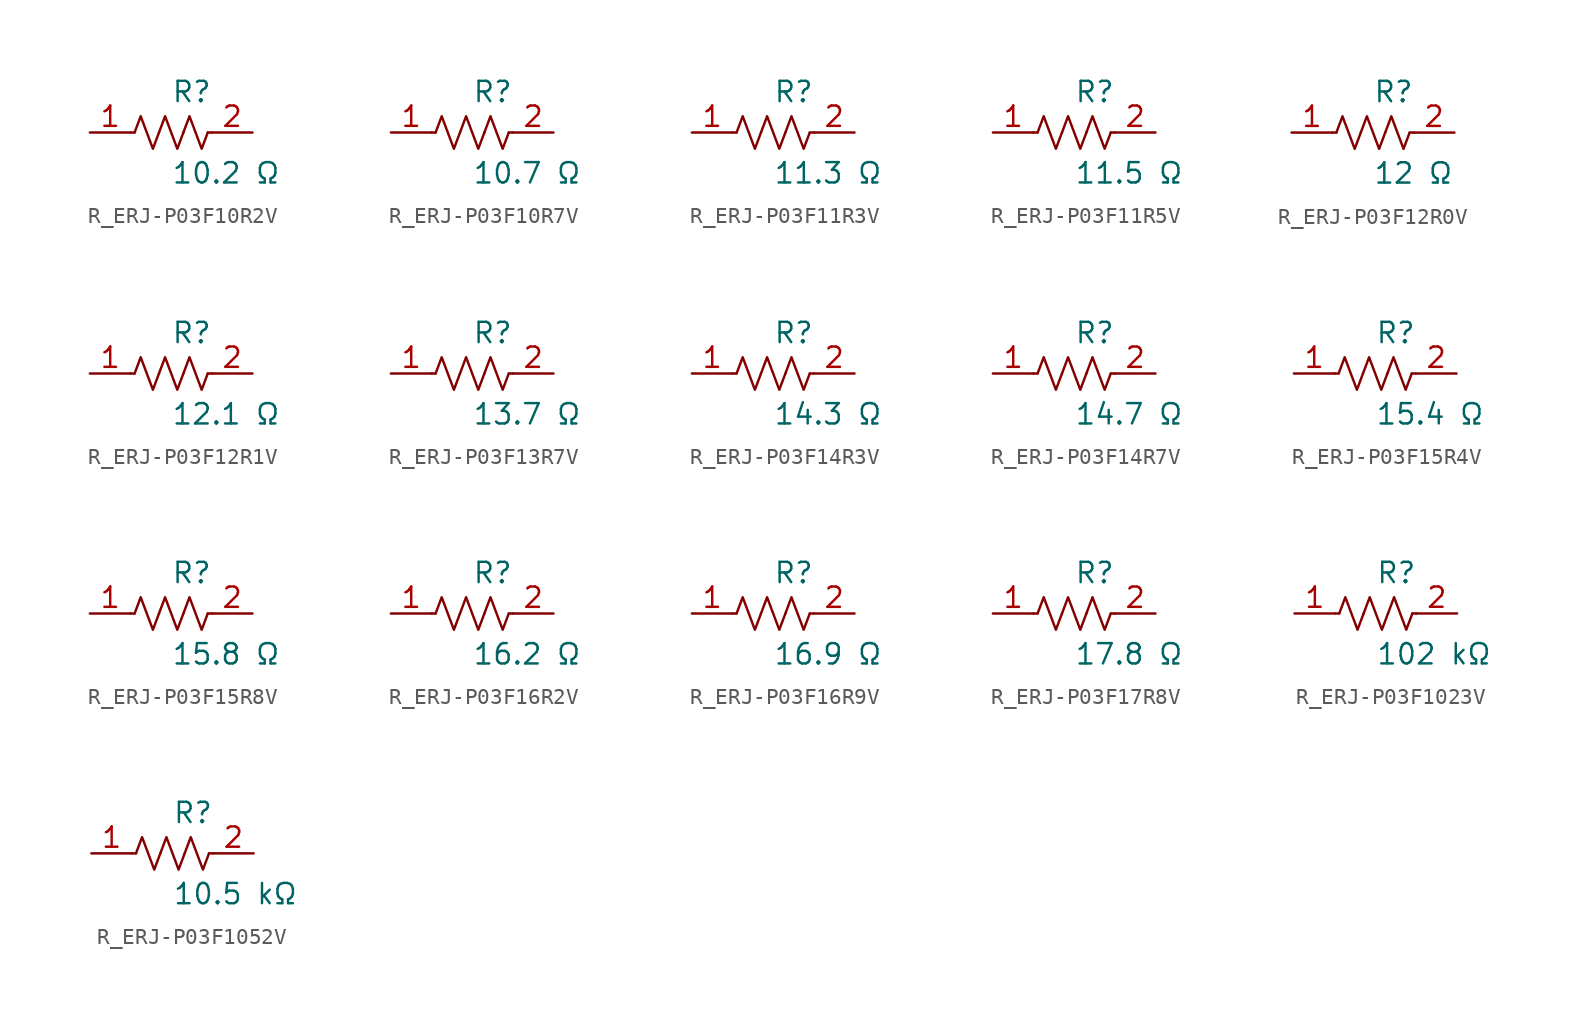
<source format=kicad_sym>
(kicad_symbol_lib
  (version 20231120)
  (generator kicad_symbol_editor)
  (generator_version 8.0)
  (symbol "R_ERJ-P03F10R2V"
    (pin_names
      (offset 0.254))
    (property "Reference" "R"
      (at 0.0 2.54 0)
      (effects (font (size 1.27 1.27)) (justify left)))
    (property "Value" "10.2 Ω"
      (at 0.0 -2.54 0)
      (effects (font (size 1.27 1.27)) (justify left)))
    (symbol "R_ERJ-P03F10R2V_0_1"
      (polyline (pts (xy 2.286 0) (xy 2.54 0)) (stroke (width 0) (type default)) (fill (type none)))
      (polyline (pts (xy -2.286 0) (xy -2.54 0)) (stroke (width 0) (type default)) (fill (type none)))
      (polyline (pts (xy 0.762 0) (xy 1.143 1.016) (xy 1.524 0) (xy 1.905 -1.016) (xy 2.286 0)) (stroke (width 0) (type default)) (fill (type none)))
      (polyline (pts (xy -0.762 0) (xy -0.381 1.016) (xy 0 0) (xy 0.381 -1.016) (xy 0.762 0)) (stroke (width 0) (type default)) (fill (type none)))
      (polyline (pts (xy -2.286 0) (xy -1.905 1.016) (xy -1.524 0) (xy -1.143 -1.016) (xy -0.762 0)) (stroke (width 0) (type default)) (fill (type none))))
    (pin unspecified line
      (at -5.08 0 0)
      (length 2.54)
      (name "" (effects (font (size 1.27 1.27))))
      (number "1" (effects (font (size 1.27 1.27)))))
    (pin unspecified line
      (at 5.08 0 180)
      (length 2.54)
      (name "" (effects (font (size 1.27 1.27))))
      (number "2" (effects (font (size 1.27 1.27))))))
  (symbol "R_ERJ-P03F10R7V"
    (pin_names
      (offset 0.254))
    (property "Reference" "R"
      (at 0.0 2.54 0)
      (effects (font (size 1.27 1.27)) (justify left)))
    (property "Value" "10.7 Ω"
      (at 0.0 -2.54 0)
      (effects (font (size 1.27 1.27)) (justify left)))
    (symbol "R_ERJ-P03F10R7V_0_1"
      (polyline (pts (xy 2.286 0) (xy 2.54 0)) (stroke (width 0) (type default)) (fill (type none)))
      (polyline (pts (xy -2.286 0) (xy -2.54 0)) (stroke (width 0) (type default)) (fill (type none)))
      (polyline (pts (xy 0.762 0) (xy 1.143 1.016) (xy 1.524 0) (xy 1.905 -1.016) (xy 2.286 0)) (stroke (width 0) (type default)) (fill (type none)))
      (polyline (pts (xy -0.762 0) (xy -0.381 1.016) (xy 0 0) (xy 0.381 -1.016) (xy 0.762 0)) (stroke (width 0) (type default)) (fill (type none)))
      (polyline (pts (xy -2.286 0) (xy -1.905 1.016) (xy -1.524 0) (xy -1.143 -1.016) (xy -0.762 0)) (stroke (width 0) (type default)) (fill (type none))))
    (pin unspecified line
      (at -5.08 0 0)
      (length 2.54)
      (name "" (effects (font (size 1.27 1.27))))
      (number "1" (effects (font (size 1.27 1.27)))))
    (pin unspecified line
      (at 5.08 0 180)
      (length 2.54)
      (name "" (effects (font (size 1.27 1.27))))
      (number "2" (effects (font (size 1.27 1.27))))))
  (symbol "R_ERJ-P03F11R3V"
    (pin_names
      (offset 0.254))
    (property "Reference" "R"
      (at 0.0 2.54 0)
      (effects (font (size 1.27 1.27)) (justify left)))
    (property "Value" "11.3 Ω"
      (at 0.0 -2.54 0)
      (effects (font (size 1.27 1.27)) (justify left)))
    (symbol "R_ERJ-P03F11R3V_0_1"
      (polyline (pts (xy 2.286 0) (xy 2.54 0)) (stroke (width 0) (type default)) (fill (type none)))
      (polyline (pts (xy -2.286 0) (xy -2.54 0)) (stroke (width 0) (type default)) (fill (type none)))
      (polyline (pts (xy 0.762 0) (xy 1.143 1.016) (xy 1.524 0) (xy 1.905 -1.016) (xy 2.286 0)) (stroke (width 0) (type default)) (fill (type none)))
      (polyline (pts (xy -0.762 0) (xy -0.381 1.016) (xy 0 0) (xy 0.381 -1.016) (xy 0.762 0)) (stroke (width 0) (type default)) (fill (type none)))
      (polyline (pts (xy -2.286 0) (xy -1.905 1.016) (xy -1.524 0) (xy -1.143 -1.016) (xy -0.762 0)) (stroke (width 0) (type default)) (fill (type none))))
    (pin unspecified line
      (at -5.08 0 0)
      (length 2.54)
      (name "" (effects (font (size 1.27 1.27))))
      (number "1" (effects (font (size 1.27 1.27)))))
    (pin unspecified line
      (at 5.08 0 180)
      (length 2.54)
      (name "" (effects (font (size 1.27 1.27))))
      (number "2" (effects (font (size 1.27 1.27))))))
  (symbol "R_ERJ-P03F11R5V"
    (pin_names
      (offset 0.254))
    (property "Reference" "R"
      (at 0.0 2.54 0)
      (effects (font (size 1.27 1.27)) (justify left)))
    (property "Value" "11.5 Ω"
      (at 0.0 -2.54 0)
      (effects (font (size 1.27 1.27)) (justify left)))
    (symbol "R_ERJ-P03F11R5V_0_1"
      (polyline (pts (xy 2.286 0) (xy 2.54 0)) (stroke (width 0) (type default)) (fill (type none)))
      (polyline (pts (xy -2.286 0) (xy -2.54 0)) (stroke (width 0) (type default)) (fill (type none)))
      (polyline (pts (xy 0.762 0) (xy 1.143 1.016) (xy 1.524 0) (xy 1.905 -1.016) (xy 2.286 0)) (stroke (width 0) (type default)) (fill (type none)))
      (polyline (pts (xy -0.762 0) (xy -0.381 1.016) (xy 0 0) (xy 0.381 -1.016) (xy 0.762 0)) (stroke (width 0) (type default)) (fill (type none)))
      (polyline (pts (xy -2.286 0) (xy -1.905 1.016) (xy -1.524 0) (xy -1.143 -1.016) (xy -0.762 0)) (stroke (width 0) (type default)) (fill (type none))))
    (pin unspecified line
      (at -5.08 0 0)
      (length 2.54)
      (name "" (effects (font (size 1.27 1.27))))
      (number "1" (effects (font (size 1.27 1.27)))))
    (pin unspecified line
      (at 5.08 0 180)
      (length 2.54)
      (name "" (effects (font (size 1.27 1.27))))
      (number "2" (effects (font (size 1.27 1.27))))))
  (symbol "R_ERJ-P03F12R0V"
    (pin_names
      (offset 0.254))
    (property "Reference" "R"
      (at 0.0 2.54 0)
      (effects (font (size 1.27 1.27)) (justify left)))
    (property "Value" "12 Ω"
      (at 0.0 -2.54 0)
      (effects (font (size 1.27 1.27)) (justify left)))
    (symbol "R_ERJ-P03F12R0V_0_1"
      (polyline (pts (xy 2.286 0) (xy 2.54 0)) (stroke (width 0) (type default)) (fill (type none)))
      (polyline (pts (xy -2.286 0) (xy -2.54 0)) (stroke (width 0) (type default)) (fill (type none)))
      (polyline (pts (xy 0.762 0) (xy 1.143 1.016) (xy 1.524 0) (xy 1.905 -1.016) (xy 2.286 0)) (stroke (width 0) (type default)) (fill (type none)))
      (polyline (pts (xy -0.762 0) (xy -0.381 1.016) (xy 0 0) (xy 0.381 -1.016) (xy 0.762 0)) (stroke (width 0) (type default)) (fill (type none)))
      (polyline (pts (xy -2.286 0) (xy -1.905 1.016) (xy -1.524 0) (xy -1.143 -1.016) (xy -0.762 0)) (stroke (width 0) (type default)) (fill (type none))))
    (pin unspecified line
      (at -5.08 0 0)
      (length 2.54)
      (name "" (effects (font (size 1.27 1.27))))
      (number "1" (effects (font (size 1.27 1.27)))))
    (pin unspecified line
      (at 5.08 0 180)
      (length 2.54)
      (name "" (effects (font (size 1.27 1.27))))
      (number "2" (effects (font (size 1.27 1.27))))))
  (symbol "R_ERJ-P03F12R1V"
    (pin_names
      (offset 0.254))
    (property "Reference" "R"
      (at 0.0 2.54 0)
      (effects (font (size 1.27 1.27)) (justify left)))
    (property "Value" "12.1 Ω"
      (at 0.0 -2.54 0)
      (effects (font (size 1.27 1.27)) (justify left)))
    (symbol "R_ERJ-P03F12R1V_0_1"
      (polyline (pts (xy 2.286 0) (xy 2.54 0)) (stroke (width 0) (type default)) (fill (type none)))
      (polyline (pts (xy -2.286 0) (xy -2.54 0)) (stroke (width 0) (type default)) (fill (type none)))
      (polyline (pts (xy 0.762 0) (xy 1.143 1.016) (xy 1.524 0) (xy 1.905 -1.016) (xy 2.286 0)) (stroke (width 0) (type default)) (fill (type none)))
      (polyline (pts (xy -0.762 0) (xy -0.381 1.016) (xy 0 0) (xy 0.381 -1.016) (xy 0.762 0)) (stroke (width 0) (type default)) (fill (type none)))
      (polyline (pts (xy -2.286 0) (xy -1.905 1.016) (xy -1.524 0) (xy -1.143 -1.016) (xy -0.762 0)) (stroke (width 0) (type default)) (fill (type none))))
    (pin unspecified line
      (at -5.08 0 0)
      (length 2.54)
      (name "" (effects (font (size 1.27 1.27))))
      (number "1" (effects (font (size 1.27 1.27)))))
    (pin unspecified line
      (at 5.08 0 180)
      (length 2.54)
      (name "" (effects (font (size 1.27 1.27))))
      (number "2" (effects (font (size 1.27 1.27))))))
  (symbol "R_ERJ-P03F13R7V"
    (pin_names
      (offset 0.254))
    (property "Reference" "R"
      (at 0.0 2.54 0)
      (effects (font (size 1.27 1.27)) (justify left)))
    (property "Value" "13.7 Ω"
      (at 0.0 -2.54 0)
      (effects (font (size 1.27 1.27)) (justify left)))
    (symbol "R_ERJ-P03F13R7V_0_1"
      (polyline (pts (xy 2.286 0) (xy 2.54 0)) (stroke (width 0) (type default)) (fill (type none)))
      (polyline (pts (xy -2.286 0) (xy -2.54 0)) (stroke (width 0) (type default)) (fill (type none)))
      (polyline (pts (xy 0.762 0) (xy 1.143 1.016) (xy 1.524 0) (xy 1.905 -1.016) (xy 2.286 0)) (stroke (width 0) (type default)) (fill (type none)))
      (polyline (pts (xy -0.762 0) (xy -0.381 1.016) (xy 0 0) (xy 0.381 -1.016) (xy 0.762 0)) (stroke (width 0) (type default)) (fill (type none)))
      (polyline (pts (xy -2.286 0) (xy -1.905 1.016) (xy -1.524 0) (xy -1.143 -1.016) (xy -0.762 0)) (stroke (width 0) (type default)) (fill (type none))))
    (pin unspecified line
      (at -5.08 0 0)
      (length 2.54)
      (name "" (effects (font (size 1.27 1.27))))
      (number "1" (effects (font (size 1.27 1.27)))))
    (pin unspecified line
      (at 5.08 0 180)
      (length 2.54)
      (name "" (effects (font (size 1.27 1.27))))
      (number "2" (effects (font (size 1.27 1.27))))))
  (symbol "R_ERJ-P03F14R3V"
    (pin_names
      (offset 0.254))
    (property "Reference" "R"
      (at 0.0 2.54 0)
      (effects (font (size 1.27 1.27)) (justify left)))
    (property "Value" "14.3 Ω"
      (at 0.0 -2.54 0)
      (effects (font (size 1.27 1.27)) (justify left)))
    (symbol "R_ERJ-P03F14R3V_0_1"
      (polyline (pts (xy 2.286 0) (xy 2.54 0)) (stroke (width 0) (type default)) (fill (type none)))
      (polyline (pts (xy -2.286 0) (xy -2.54 0)) (stroke (width 0) (type default)) (fill (type none)))
      (polyline (pts (xy 0.762 0) (xy 1.143 1.016) (xy 1.524 0) (xy 1.905 -1.016) (xy 2.286 0)) (stroke (width 0) (type default)) (fill (type none)))
      (polyline (pts (xy -0.762 0) (xy -0.381 1.016) (xy 0 0) (xy 0.381 -1.016) (xy 0.762 0)) (stroke (width 0) (type default)) (fill (type none)))
      (polyline (pts (xy -2.286 0) (xy -1.905 1.016) (xy -1.524 0) (xy -1.143 -1.016) (xy -0.762 0)) (stroke (width 0) (type default)) (fill (type none))))
    (pin unspecified line
      (at -5.08 0 0)
      (length 2.54)
      (name "" (effects (font (size 1.27 1.27))))
      (number "1" (effects (font (size 1.27 1.27)))))
    (pin unspecified line
      (at 5.08 0 180)
      (length 2.54)
      (name "" (effects (font (size 1.27 1.27))))
      (number "2" (effects (font (size 1.27 1.27))))))
  (symbol "R_ERJ-P03F14R7V"
    (pin_names
      (offset 0.254))
    (property "Reference" "R"
      (at 0.0 2.54 0)
      (effects (font (size 1.27 1.27)) (justify left)))
    (property "Value" "14.7 Ω"
      (at 0.0 -2.54 0)
      (effects (font (size 1.27 1.27)) (justify left)))
    (symbol "R_ERJ-P03F14R7V_0_1"
      (polyline (pts (xy 2.286 0) (xy 2.54 0)) (stroke (width 0) (type default)) (fill (type none)))
      (polyline (pts (xy -2.286 0) (xy -2.54 0)) (stroke (width 0) (type default)) (fill (type none)))
      (polyline (pts (xy 0.762 0) (xy 1.143 1.016) (xy 1.524 0) (xy 1.905 -1.016) (xy 2.286 0)) (stroke (width 0) (type default)) (fill (type none)))
      (polyline (pts (xy -0.762 0) (xy -0.381 1.016) (xy 0 0) (xy 0.381 -1.016) (xy 0.762 0)) (stroke (width 0) (type default)) (fill (type none)))
      (polyline (pts (xy -2.286 0) (xy -1.905 1.016) (xy -1.524 0) (xy -1.143 -1.016) (xy -0.762 0)) (stroke (width 0) (type default)) (fill (type none))))
    (pin unspecified line
      (at -5.08 0 0)
      (length 2.54)
      (name "" (effects (font (size 1.27 1.27))))
      (number "1" (effects (font (size 1.27 1.27)))))
    (pin unspecified line
      (at 5.08 0 180)
      (length 2.54)
      (name "" (effects (font (size 1.27 1.27))))
      (number "2" (effects (font (size 1.27 1.27))))))
  (symbol "R_ERJ-P03F15R4V"
    (pin_names
      (offset 0.254))
    (property "Reference" "R"
      (at 0.0 2.54 0)
      (effects (font (size 1.27 1.27)) (justify left)))
    (property "Value" "15.4 Ω"
      (at 0.0 -2.54 0)
      (effects (font (size 1.27 1.27)) (justify left)))
    (symbol "R_ERJ-P03F15R4V_0_1"
      (polyline (pts (xy 2.286 0) (xy 2.54 0)) (stroke (width 0) (type default)) (fill (type none)))
      (polyline (pts (xy -2.286 0) (xy -2.54 0)) (stroke (width 0) (type default)) (fill (type none)))
      (polyline (pts (xy 0.762 0) (xy 1.143 1.016) (xy 1.524 0) (xy 1.905 -1.016) (xy 2.286 0)) (stroke (width 0) (type default)) (fill (type none)))
      (polyline (pts (xy -0.762 0) (xy -0.381 1.016) (xy 0 0) (xy 0.381 -1.016) (xy 0.762 0)) (stroke (width 0) (type default)) (fill (type none)))
      (polyline (pts (xy -2.286 0) (xy -1.905 1.016) (xy -1.524 0) (xy -1.143 -1.016) (xy -0.762 0)) (stroke (width 0) (type default)) (fill (type none))))
    (pin unspecified line
      (at -5.08 0 0)
      (length 2.54)
      (name "" (effects (font (size 1.27 1.27))))
      (number "1" (effects (font (size 1.27 1.27)))))
    (pin unspecified line
      (at 5.08 0 180)
      (length 2.54)
      (name "" (effects (font (size 1.27 1.27))))
      (number "2" (effects (font (size 1.27 1.27))))))
  (symbol "R_ERJ-P03F15R8V"
    (pin_names
      (offset 0.254))
    (property "Reference" "R"
      (at 0.0 2.54 0)
      (effects (font (size 1.27 1.27)) (justify left)))
    (property "Value" "15.8 Ω"
      (at 0.0 -2.54 0)
      (effects (font (size 1.27 1.27)) (justify left)))
    (symbol "R_ERJ-P03F15R8V_0_1"
      (polyline (pts (xy 2.286 0) (xy 2.54 0)) (stroke (width 0) (type default)) (fill (type none)))
      (polyline (pts (xy -2.286 0) (xy -2.54 0)) (stroke (width 0) (type default)) (fill (type none)))
      (polyline (pts (xy 0.762 0) (xy 1.143 1.016) (xy 1.524 0) (xy 1.905 -1.016) (xy 2.286 0)) (stroke (width 0) (type default)) (fill (type none)))
      (polyline (pts (xy -0.762 0) (xy -0.381 1.016) (xy 0 0) (xy 0.381 -1.016) (xy 0.762 0)) (stroke (width 0) (type default)) (fill (type none)))
      (polyline (pts (xy -2.286 0) (xy -1.905 1.016) (xy -1.524 0) (xy -1.143 -1.016) (xy -0.762 0)) (stroke (width 0) (type default)) (fill (type none))))
    (pin unspecified line
      (at -5.08 0 0)
      (length 2.54)
      (name "" (effects (font (size 1.27 1.27))))
      (number "1" (effects (font (size 1.27 1.27)))))
    (pin unspecified line
      (at 5.08 0 180)
      (length 2.54)
      (name "" (effects (font (size 1.27 1.27))))
      (number "2" (effects (font (size 1.27 1.27))))))
  (symbol "R_ERJ-P03F16R2V"
    (pin_names
      (offset 0.254))
    (property "Reference" "R"
      (at 0.0 2.54 0)
      (effects (font (size 1.27 1.27)) (justify left)))
    (property "Value" "16.2 Ω"
      (at 0.0 -2.54 0)
      (effects (font (size 1.27 1.27)) (justify left)))
    (symbol "R_ERJ-P03F16R2V_0_1"
      (polyline (pts (xy 2.286 0) (xy 2.54 0)) (stroke (width 0) (type default)) (fill (type none)))
      (polyline (pts (xy -2.286 0) (xy -2.54 0)) (stroke (width 0) (type default)) (fill (type none)))
      (polyline (pts (xy 0.762 0) (xy 1.143 1.016) (xy 1.524 0) (xy 1.905 -1.016) (xy 2.286 0)) (stroke (width 0) (type default)) (fill (type none)))
      (polyline (pts (xy -0.762 0) (xy -0.381 1.016) (xy 0 0) (xy 0.381 -1.016) (xy 0.762 0)) (stroke (width 0) (type default)) (fill (type none)))
      (polyline (pts (xy -2.286 0) (xy -1.905 1.016) (xy -1.524 0) (xy -1.143 -1.016) (xy -0.762 0)) (stroke (width 0) (type default)) (fill (type none))))
    (pin unspecified line
      (at -5.08 0 0)
      (length 2.54)
      (name "" (effects (font (size 1.27 1.27))))
      (number "1" (effects (font (size 1.27 1.27)))))
    (pin unspecified line
      (at 5.08 0 180)
      (length 2.54)
      (name "" (effects (font (size 1.27 1.27))))
      (number "2" (effects (font (size 1.27 1.27))))))
  (symbol "R_ERJ-P03F16R9V"
    (pin_names
      (offset 0.254))
    (property "Reference" "R"
      (at 0.0 2.54 0)
      (effects (font (size 1.27 1.27)) (justify left)))
    (property "Value" "16.9 Ω"
      (at 0.0 -2.54 0)
      (effects (font (size 1.27 1.27)) (justify left)))
    (symbol "R_ERJ-P03F16R9V_0_1"
      (polyline (pts (xy 2.286 0) (xy 2.54 0)) (stroke (width 0) (type default)) (fill (type none)))
      (polyline (pts (xy -2.286 0) (xy -2.54 0)) (stroke (width 0) (type default)) (fill (type none)))
      (polyline (pts (xy 0.762 0) (xy 1.143 1.016) (xy 1.524 0) (xy 1.905 -1.016) (xy 2.286 0)) (stroke (width 0) (type default)) (fill (type none)))
      (polyline (pts (xy -0.762 0) (xy -0.381 1.016) (xy 0 0) (xy 0.381 -1.016) (xy 0.762 0)) (stroke (width 0) (type default)) (fill (type none)))
      (polyline (pts (xy -2.286 0) (xy -1.905 1.016) (xy -1.524 0) (xy -1.143 -1.016) (xy -0.762 0)) (stroke (width 0) (type default)) (fill (type none))))
    (pin unspecified line
      (at -5.08 0 0)
      (length 2.54)
      (name "" (effects (font (size 1.27 1.27))))
      (number "1" (effects (font (size 1.27 1.27)))))
    (pin unspecified line
      (at 5.08 0 180)
      (length 2.54)
      (name "" (effects (font (size 1.27 1.27))))
      (number "2" (effects (font (size 1.27 1.27))))))
  (symbol "R_ERJ-P03F17R8V"
    (pin_names
      (offset 0.254))
    (property "Reference" "R"
      (at 0.0 2.54 0)
      (effects (font (size 1.27 1.27)) (justify left)))
    (property "Value" "17.8 Ω"
      (at 0.0 -2.54 0)
      (effects (font (size 1.27 1.27)) (justify left)))
    (symbol "R_ERJ-P03F17R8V_0_1"
      (polyline (pts (xy 2.286 0) (xy 2.54 0)) (stroke (width 0) (type default)) (fill (type none)))
      (polyline (pts (xy -2.286 0) (xy -2.54 0)) (stroke (width 0) (type default)) (fill (type none)))
      (polyline (pts (xy 0.762 0) (xy 1.143 1.016) (xy 1.524 0) (xy 1.905 -1.016) (xy 2.286 0)) (stroke (width 0) (type default)) (fill (type none)))
      (polyline (pts (xy -0.762 0) (xy -0.381 1.016) (xy 0 0) (xy 0.381 -1.016) (xy 0.762 0)) (stroke (width 0) (type default)) (fill (type none)))
      (polyline (pts (xy -2.286 0) (xy -1.905 1.016) (xy -1.524 0) (xy -1.143 -1.016) (xy -0.762 0)) (stroke (width 0) (type default)) (fill (type none))))
    (pin unspecified line
      (at -5.08 0 0)
      (length 2.54)
      (name "" (effects (font (size 1.27 1.27))))
      (number "1" (effects (font (size 1.27 1.27)))))
    (pin unspecified line
      (at 5.08 0 180)
      (length 2.54)
      (name "" (effects (font (size 1.27 1.27))))
      (number "2" (effects (font (size 1.27 1.27))))))
  (symbol "R_ERJ-P03F1023V"
    (pin_names
      (offset 0.254))
    (property "Reference" "R"
      (at 0.0 2.54 0)
      (effects (font (size 1.27 1.27)) (justify left)))
    (property "Value" "102 kΩ"
      (at 0.0 -2.54 0)
      (effects (font (size 1.27 1.27)) (justify left)))
    (symbol "R_ERJ-P03F1023V_0_1"
      (polyline (pts (xy 2.286 0) (xy 2.54 0)) (stroke (width 0) (type default)) (fill (type none)))
      (polyline (pts (xy -2.286 0) (xy -2.54 0)) (stroke (width 0) (type default)) (fill (type none)))
      (polyline (pts (xy 0.762 0) (xy 1.143 1.016) (xy 1.524 0) (xy 1.905 -1.016) (xy 2.286 0)) (stroke (width 0) (type default)) (fill (type none)))
      (polyline (pts (xy -0.762 0) (xy -0.381 1.016) (xy 0 0) (xy 0.381 -1.016) (xy 0.762 0)) (stroke (width 0) (type default)) (fill (type none)))
      (polyline (pts (xy -2.286 0) (xy -1.905 1.016) (xy -1.524 0) (xy -1.143 -1.016) (xy -0.762 0)) (stroke (width 0) (type default)) (fill (type none))))
    (pin unspecified line
      (at -5.08 0 0)
      (length 2.54)
      (name "" (effects (font (size 1.27 1.27))))
      (number "1" (effects (font (size 1.27 1.27)))))
    (pin unspecified line
      (at 5.08 0 180)
      (length 2.54)
      (name "" (effects (font (size 1.27 1.27))))
      (number "2" (effects (font (size 1.27 1.27))))))
  (symbol "R_ERJ-P03F1052V"
    (pin_names
      (offset 0.254))
    (property "Reference" "R"
      (at 0.0 2.54 0)
      (effects (font (size 1.27 1.27)) (justify left)))
    (property "Value" "10.5 kΩ"
      (at 0.0 -2.54 0)
      (effects (font (size 1.27 1.27)) (justify left)))
    (symbol "R_ERJ-P03F1052V_0_1"
      (polyline (pts (xy 2.286 0) (xy 2.54 0)) (stroke (width 0) (type default)) (fill (type none)))
      (polyline (pts (xy -2.286 0) (xy -2.54 0)) (stroke (width 0) (type default)) (fill (type none)))
      (polyline (pts (xy 0.762 0) (xy 1.143 1.016) (xy 1.524 0) (xy 1.905 -1.016) (xy 2.286 0)) (stroke (width 0) (type default)) (fill (type none)))
      (polyline (pts (xy -0.762 0) (xy -0.381 1.016) (xy 0 0) (xy 0.381 -1.016) (xy 0.762 0)) (stroke (width 0) (type default)) (fill (type none)))
      (polyline (pts (xy -2.286 0) (xy -1.905 1.016) (xy -1.524 0) (xy -1.143 -1.016) (xy -0.762 0)) (stroke (width 0) (type default)) (fill (type none))))
    (pin unspecified line
      (at -5.08 0 0)
      (length 2.54)
      (name "" (effects (font (size 1.27 1.27))))
      (number "1" (effects (font (size 1.27 1.27)))))
    (pin unspecified line
      (at 5.08 0 180)
      (length 2.54)
      (name "" (effects (font (size 1.27 1.27))))
      (number "2" (effects (font (size 1.27 1.27)))))))
</source>
